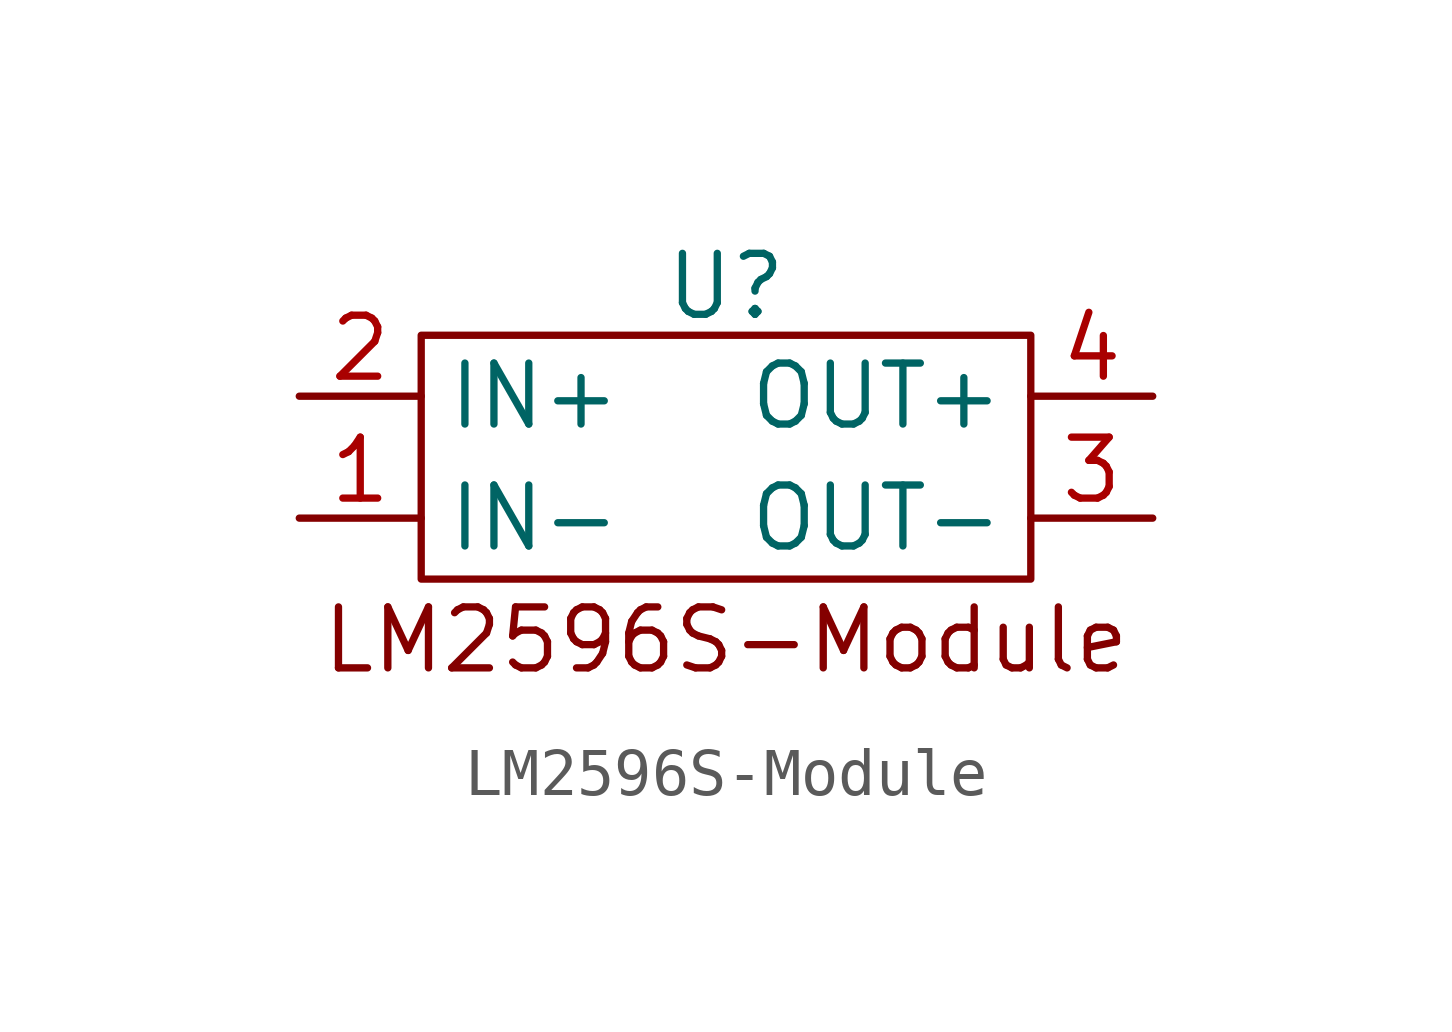
<source format=kicad_sym>
(kicad_symbol_lib
  (version 20241209)
  (generator "kicad_symbol_editor")
  (generator_version "9.0")
  (symbol "LM2596S-Module"
    (property "Reference" "U"
      (at 0 3.556 0)
      (effects (font (size 1.27 1.27))))
    (property "Value" ""
      (at 0 0 0)
      (effects (font (size 1.27 1.27))))
    (symbol "LM2596S-Module_0_1"
      (rectangle (start -6.35 2.54) (end 6.35 -2.54) (stroke (width 0) (type default)) (fill (type none))))
    (symbol "LM2596S-Module_1_1"
      (text "LM2596S-Module" (at 0 -3.81 0) (effects (font (size 1.27 1.27))))
      (pin input line (at -8.89 1.27 0) (length 2.54) (name "IN+" (effects (font (size 1.27 1.27)))) (number "2" (effects (font (size 1.27 1.27)))))
      (pin input line (at -8.89 -1.27 0) (length 2.54) (name "IN-" (effects (font (size 1.27 1.27)))) (number "1" (effects (font (size 1.27 1.27)))))
      (pin input line (at 8.89 1.27 180) (length 2.54) (name "OUT+" (effects (font (size 1.27 1.27)))) (number "4" (effects (font (size 1.27 1.27)))))
      (pin input line (at 8.89 -1.27 180) (length 2.54) (name "OUT-" (effects (font (size 1.27 1.27)))) (number "3" (effects (font (size 1.27 1.27))))))))
</source>
